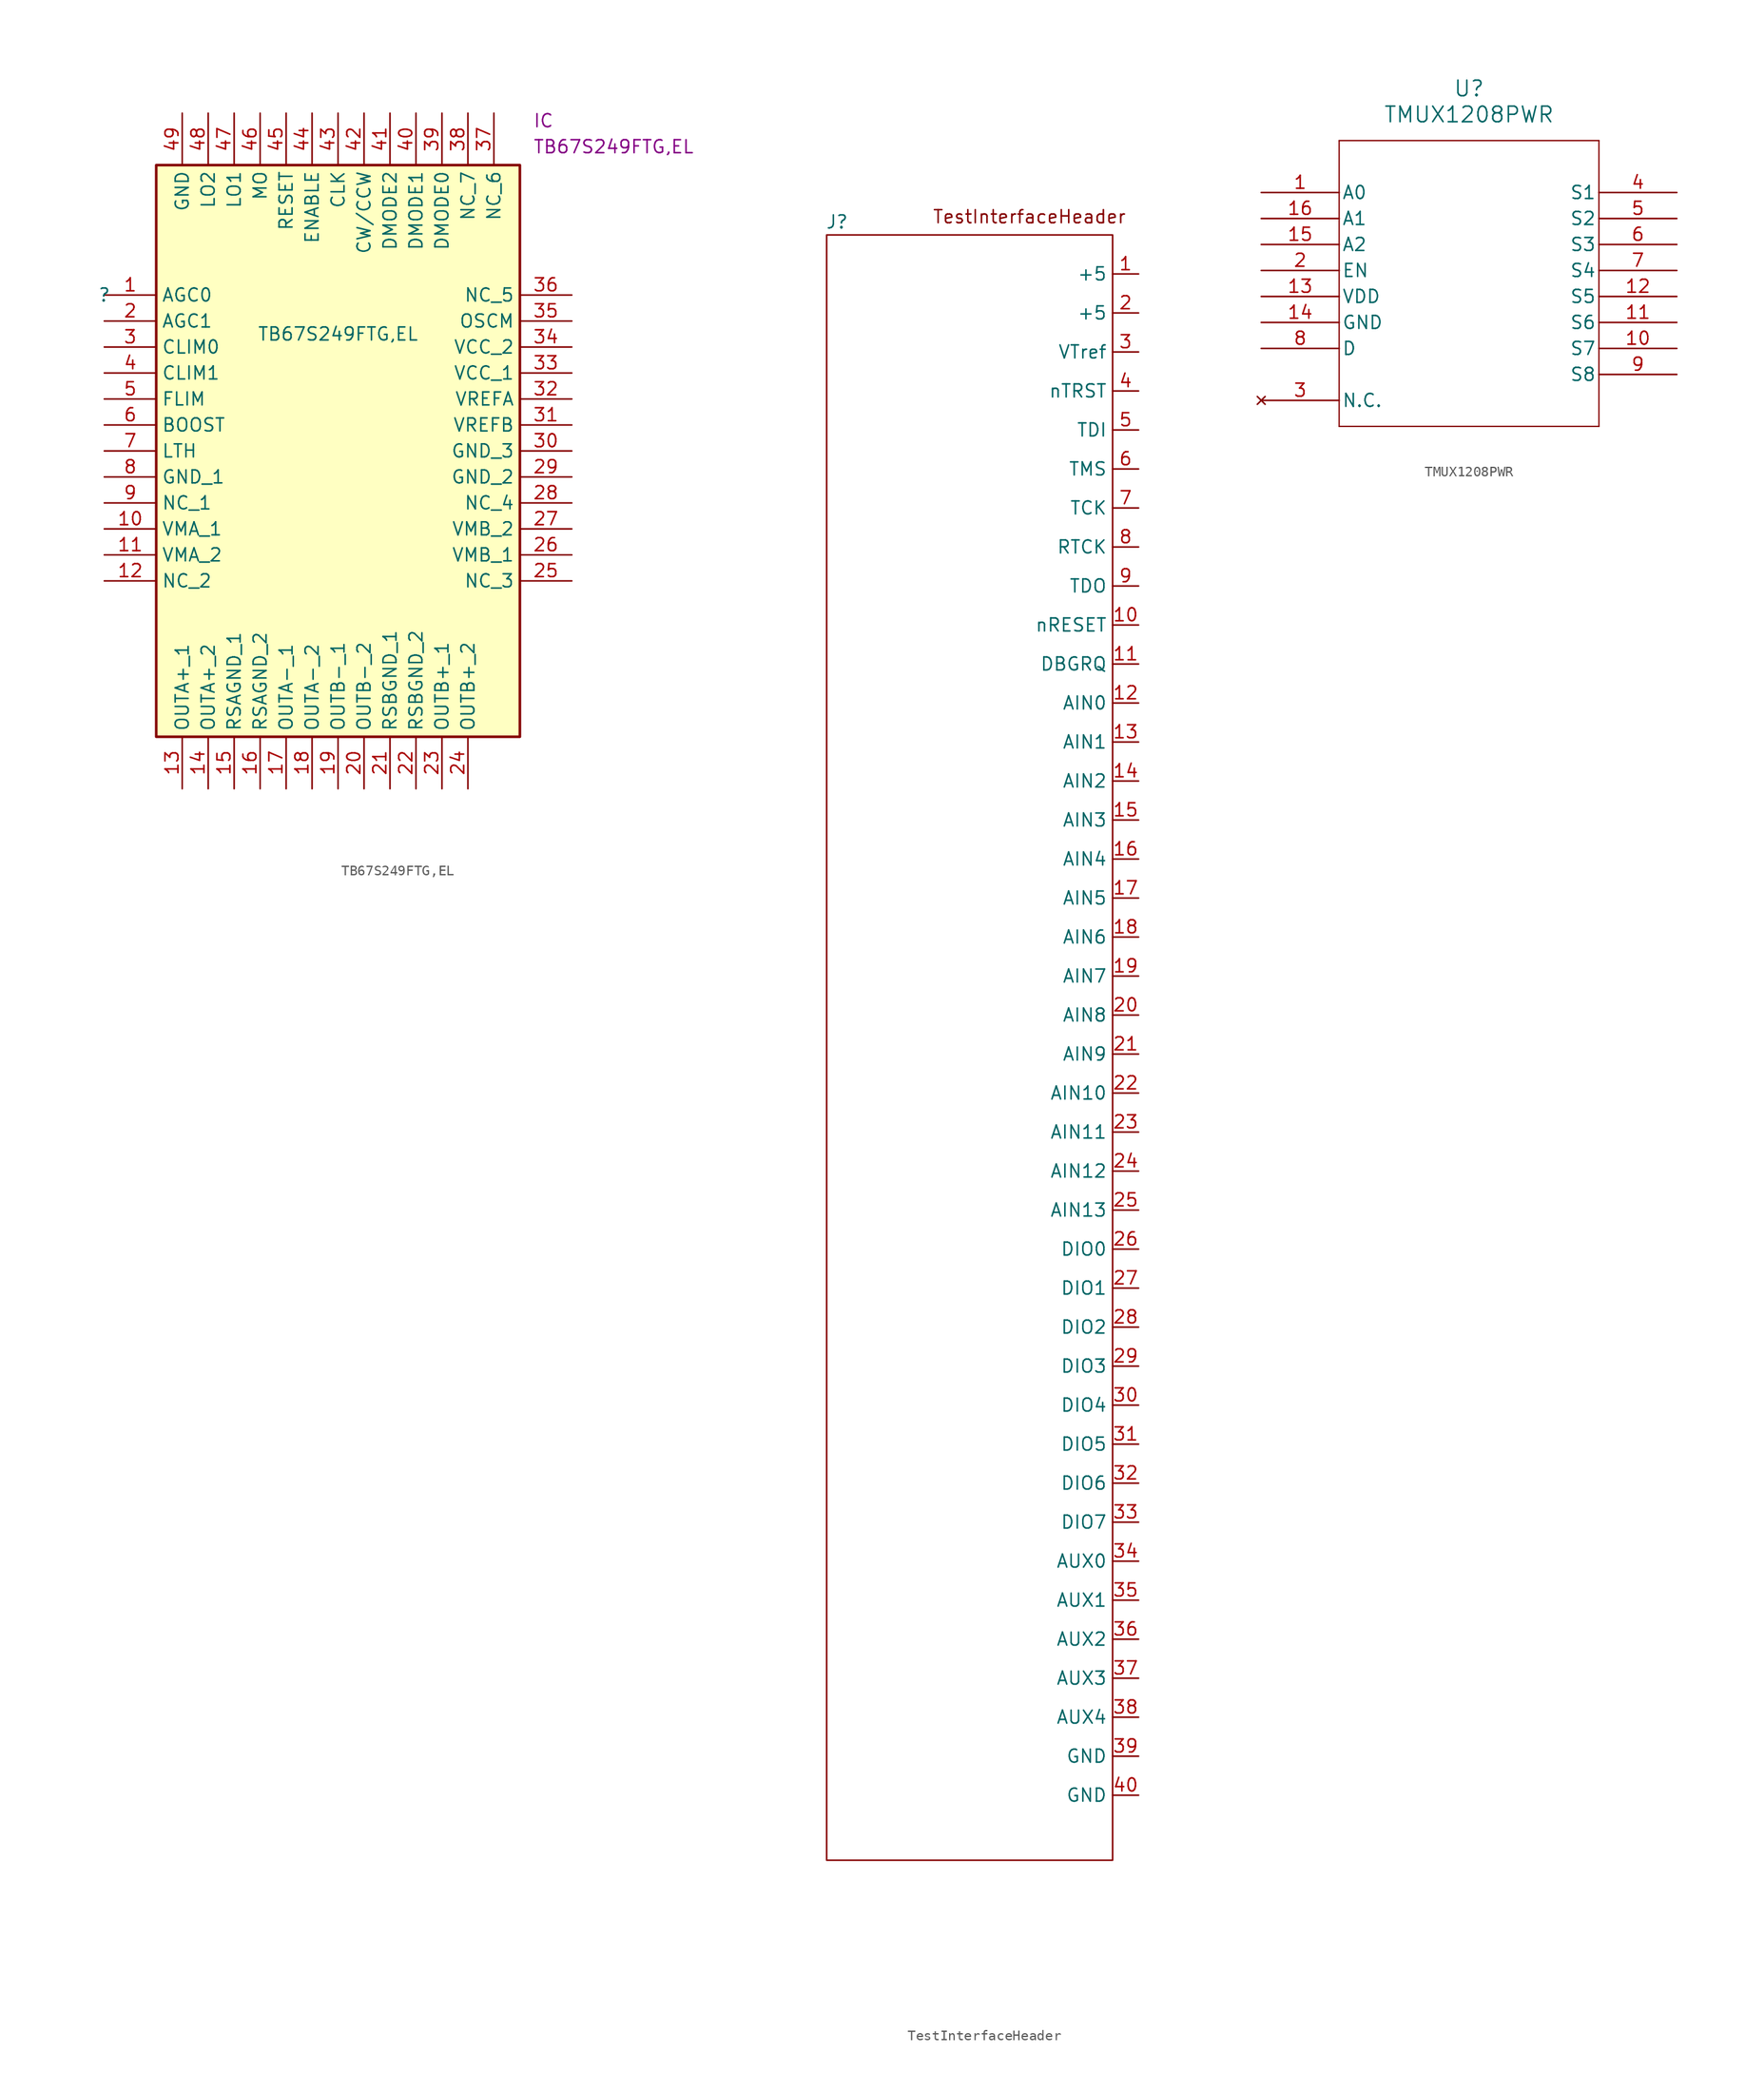
<source format=kicad_sym>
(kicad_symbol_lib
  (version 20241209)
  (generator "kicad_symbol_editor")
  (generator_version "9.0")
  (symbol "TB67S249FTG,EL"
    (property "Reference" ""
      (at 0 0 0)
      (effects (font (size 1.27 1.27))))
    (property "Value" "TB67S249FTG,EL"
      (at 22.86 -3.81 0)
      (effects (font (size 1.27 1.27))))
    (property "Reference_1" "IC"
      (at 41.91 17.78 0)
      (effects (font (size 1.27 1.27)) (justify left top)))
    (property "Value_1" "TB67S249FTG,EL"
      (at 41.91 15.24 0)
      (effects (font (size 1.27 1.27)) (justify left top)))
    (symbol "TB67S249FTG,EL_1_1"
      (rectangle (start 5.08 12.7) (end 40.64 -43.18) (stroke (width 0.254) (type default)) (fill (type background)))
      (pin passive line (at 0 0 0) (length 5.08) (name "AGC0" (effects (font (size 1.27 1.27)))) (number "1" (effects (font (size 1.27 1.27)))))
      (pin passive line (at 0 -2.54 0) (length 5.08) (name "AGC1" (effects (font (size 1.27 1.27)))) (number "2" (effects (font (size 1.27 1.27)))))
      (pin passive line (at 0 -5.08 0) (length 5.08) (name "CLIM0" (effects (font (size 1.27 1.27)))) (number "3" (effects (font (size 1.27 1.27)))))
      (pin passive line (at 0 -7.62 0) (length 5.08) (name "CLIM1" (effects (font (size 1.27 1.27)))) (number "4" (effects (font (size 1.27 1.27)))))
      (pin passive line (at 0 -10.16 0) (length 5.08) (name "FLIM" (effects (font (size 1.27 1.27)))) (number "5" (effects (font (size 1.27 1.27)))))
      (pin passive line (at 0 -12.7 0) (length 5.08) (name "BOOST" (effects (font (size 1.27 1.27)))) (number "6" (effects (font (size 1.27 1.27)))))
      (pin passive line (at 0 -15.24 0) (length 5.08) (name "LTH" (effects (font (size 1.27 1.27)))) (number "7" (effects (font (size 1.27 1.27)))))
      (pin passive line (at 0 -17.78 0) (length 5.08) (name "GND_1" (effects (font (size 1.27 1.27)))) (number "8" (effects (font (size 1.27 1.27)))))
      (pin passive line (at 0 -20.32 0) (length 5.08) (name "NC_1" (effects (font (size 1.27 1.27)))) (number "9" (effects (font (size 1.27 1.27)))))
      (pin passive line (at 0 -22.86 0) (length 5.08) (name "VMA_1" (effects (font (size 1.27 1.27)))) (number "10" (effects (font (size 1.27 1.27)))))
      (pin passive line (at 0 -25.4 0) (length 5.08) (name "VMA_2" (effects (font (size 1.27 1.27)))) (number "11" (effects (font (size 1.27 1.27)))))
      (pin passive line (at 0 -27.94 0) (length 5.08) (name "NC_2" (effects (font (size 1.27 1.27)))) (number "12" (effects (font (size 1.27 1.27)))))
      (pin power_in line (at 7.62 17.78 270) (length 5.08) (name "GND" (effects (font (size 1.27 1.27)))) (number "49" (effects (font (size 1.27 1.27)))))
      (pin passive line (at 7.62 -48.26 90) (length 5.08) (name "OUTA+_1" (effects (font (size 1.27 1.27)))) (number "13" (effects (font (size 1.27 1.27)))))
      (pin passive line (at 10.16 17.78 270) (length 5.08) (name "LO2" (effects (font (size 1.27 1.27)))) (number "48" (effects (font (size 1.27 1.27)))))
      (pin passive line (at 10.16 -48.26 90) (length 5.08) (name "OUTA+_2" (effects (font (size 1.27 1.27)))) (number "14" (effects (font (size 1.27 1.27)))))
      (pin passive line (at 12.7 17.78 270) (length 5.08) (name "LO1" (effects (font (size 1.27 1.27)))) (number "47" (effects (font (size 1.27 1.27)))))
      (pin passive line (at 12.7 -48.26 90) (length 5.08) (name "RSAGND_1" (effects (font (size 1.27 1.27)))) (number "15" (effects (font (size 1.27 1.27)))))
      (pin passive line (at 15.24 17.78 270) (length 5.08) (name "MO" (effects (font (size 1.27 1.27)))) (number "46" (effects (font (size 1.27 1.27)))))
      (pin passive line (at 15.24 -48.26 90) (length 5.08) (name "RSAGND_2" (effects (font (size 1.27 1.27)))) (number "16" (effects (font (size 1.27 1.27)))))
      (pin passive line (at 17.78 17.78 270) (length 5.08) (name "RESET" (effects (font (size 1.27 1.27)))) (number "45" (effects (font (size 1.27 1.27)))))
      (pin passive line (at 17.78 -48.26 90) (length 5.08) (name "OUTA-_1" (effects (font (size 1.27 1.27)))) (number "17" (effects (font (size 1.27 1.27)))))
      (pin passive line (at 20.32 17.78 270) (length 5.08) (name "ENABLE" (effects (font (size 1.27 1.27)))) (number "44" (effects (font (size 1.27 1.27)))))
      (pin passive line (at 20.32 -48.26 90) (length 5.08) (name "OUTA-_2" (effects (font (size 1.27 1.27)))) (number "18" (effects (font (size 1.27 1.27)))))
      (pin passive line (at 22.86 17.78 270) (length 5.08) (name "CLK" (effects (font (size 1.27 1.27)))) (number "43" (effects (font (size 1.27 1.27)))))
      (pin passive line (at 22.86 -48.26 90) (length 5.08) (name "OUTB-_1" (effects (font (size 1.27 1.27)))) (number "19" (effects (font (size 1.27 1.27)))))
      (pin passive line (at 25.4 17.78 270) (length 5.08) (name "CW/CCW" (effects (font (size 1.27 1.27)))) (number "42" (effects (font (size 1.27 1.27)))))
      (pin passive line (at 25.4 -48.26 90) (length 5.08) (name "OUTB-_2" (effects (font (size 1.27 1.27)))) (number "20" (effects (font (size 1.27 1.27)))))
      (pin passive line (at 27.94 17.78 270) (length 5.08) (name "DMODE2" (effects (font (size 1.27 1.27)))) (number "41" (effects (font (size 1.27 1.27)))))
      (pin passive line (at 27.94 -48.26 90) (length 5.08) (name "RSBGND_1" (effects (font (size 1.27 1.27)))) (number "21" (effects (font (size 1.27 1.27)))))
      (pin passive line (at 30.48 17.78 270) (length 5.08) (name "DMODE1" (effects (font (size 1.27 1.27)))) (number "40" (effects (font (size 1.27 1.27)))))
      (pin passive line (at 30.48 -48.26 90) (length 5.08) (name "RSBGND_2" (effects (font (size 1.27 1.27)))) (number "22" (effects (font (size 1.27 1.27)))))
      (pin passive line (at 33.02 17.78 270) (length 5.08) (name "DMODE0" (effects (font (size 1.27 1.27)))) (number "39" (effects (font (size 1.27 1.27)))))
      (pin passive line (at 33.02 -48.26 90) (length 5.08) (name "OUTB+_1" (effects (font (size 1.27 1.27)))) (number "23" (effects (font (size 1.27 1.27)))))
      (pin passive line (at 35.56 17.78 270) (length 5.08) (name "NC_7" (effects (font (size 1.27 1.27)))) (number "38" (effects (font (size 1.27 1.27)))))
      (pin passive line (at 35.56 -48.26 90) (length 5.08) (name "OUTB+_2" (effects (font (size 1.27 1.27)))) (number "24" (effects (font (size 1.27 1.27)))))
      (pin passive line (at 38.1 17.78 270) (length 5.08) (name "NC_6" (effects (font (size 1.27 1.27)))) (number "37" (effects (font (size 1.27 1.27)))))
      (pin passive line (at 45.72 0 180) (length 5.08) (name "NC_5" (effects (font (size 1.27 1.27)))) (number "36" (effects (font (size 1.27 1.27)))))
      (pin passive line (at 45.72 -2.54 180) (length 5.08) (name "OSCM" (effects (font (size 1.27 1.27)))) (number "35" (effects (font (size 1.27 1.27)))))
      (pin passive line (at 45.72 -5.08 180) (length 5.08) (name "VCC_2" (effects (font (size 1.27 1.27)))) (number "34" (effects (font (size 1.27 1.27)))))
      (pin passive line (at 45.72 -7.62 180) (length 5.08) (name "VCC_1" (effects (font (size 1.27 1.27)))) (number "33" (effects (font (size 1.27 1.27)))))
      (pin passive line (at 45.72 -10.16 180) (length 5.08) (name "VREFA" (effects (font (size 1.27 1.27)))) (number "32" (effects (font (size 1.27 1.27)))))
      (pin passive line (at 45.72 -12.7 180) (length 5.08) (name "VREFB" (effects (font (size 1.27 1.27)))) (number "31" (effects (font (size 1.27 1.27)))))
      (pin passive line (at 45.72 -15.24 180) (length 5.08) (name "GND_3" (effects (font (size 1.27 1.27)))) (number "30" (effects (font (size 1.27 1.27)))))
      (pin passive line (at 45.72 -17.78 180) (length 5.08) (name "GND_2" (effects (font (size 1.27 1.27)))) (number "29" (effects (font (size 1.27 1.27)))))
      (pin passive line (at 45.72 -20.32 180) (length 5.08) (name "NC_4" (effects (font (size 1.27 1.27)))) (number "28" (effects (font (size 1.27 1.27)))))
      (pin passive line (at 45.72 -22.86 180) (length 5.08) (name "VMB_2" (effects (font (size 1.27 1.27)))) (number "27" (effects (font (size 1.27 1.27)))))
      (pin passive line (at 45.72 -25.4 180) (length 5.08) (name "VMB_1" (effects (font (size 1.27 1.27)))) (number "26" (effects (font (size 1.27 1.27)))))
      (pin passive line (at 45.72 -27.94 180) (length 5.08) (name "NC_3" (effects (font (size 1.27 1.27)))) (number "25" (effects (font (size 1.27 1.27)))))))
  (symbol "TestInterfaceHeader"
    (property "Reference" "J"
      (at -14.224 78.74 0)
      (effects (font (size 1.27 1.27))))
    (property "Value" ""
      (at 0 13.97 0)
      (effects (font (size 1.27 1.27))))
    (symbol "TestInterfaceHeader_0_1"
      (rectangle (start -15.24 77.47) (end 12.7 -81.28) (stroke (width 0) (type default)) (fill (type none))))
    (symbol "TestInterfaceHeader_1_1"
      (text "TestInterfaceHeader" (at 4.572 79.248 0) (effects (font (size 1.27 1.27))))
      (pin output line (at 15.24 73.66 180) (length 2.54) (name "+5" (effects (font (size 1.27 1.27)))) (number "1" (effects (font (size 1.27 1.27)))))
      (pin output line (at 15.24 69.85 180) (length 2.54) (name "+5" (effects (font (size 1.27 1.27)))) (number "2" (effects (font (size 1.27 1.27)))))
      (pin bidirectional line (at 15.24 66.04 180) (length 2.54) (name "VTref" (effects (font (size 1.27 1.27)))) (number "3" (effects (font (size 1.27 1.27)))))
      (pin bidirectional line (at 15.24 62.23 180) (length 2.54) (name "nTRST" (effects (font (size 1.27 1.27)))) (number "4" (effects (font (size 1.27 1.27)))))
      (pin bidirectional line (at 15.24 58.42 180) (length 2.54) (name "TDI" (effects (font (size 1.27 1.27)))) (number "5" (effects (font (size 1.27 1.27)))))
      (pin bidirectional line (at 15.24 54.61 180) (length 2.54) (name "TMS" (effects (font (size 1.27 1.27)))) (number "6" (effects (font (size 1.27 1.27)))))
      (pin bidirectional line (at 15.24 50.8 180) (length 2.54) (name "TCK" (effects (font (size 1.27 1.27)))) (number "7" (effects (font (size 1.27 1.27)))))
      (pin bidirectional line (at 15.24 46.99 180) (length 2.54) (name "RTCK" (effects (font (size 1.27 1.27)))) (number "8" (effects (font (size 1.27 1.27)))))
      (pin bidirectional line (at 15.24 43.18 180) (length 2.54) (name "TDO" (effects (font (size 1.27 1.27)))) (number "9" (effects (font (size 1.27 1.27)))))
      (pin bidirectional line (at 15.24 39.37 180) (length 2.54) (name "nRESET" (effects (font (size 1.27 1.27)))) (number "10" (effects (font (size 1.27 1.27)))))
      (pin bidirectional line (at 15.24 35.56 180) (length 2.54) (name "DBGRQ" (effects (font (size 1.27 1.27)))) (number "11" (effects (font (size 1.27 1.27)))))
      (pin input line (at 15.24 31.75 180) (length 2.54) (name "AIN0" (effects (font (size 1.27 1.27)))) (number "12" (effects (font (size 1.27 1.27)))))
      (pin input line (at 15.24 27.94 180) (length 2.54) (name "AIN1" (effects (font (size 1.27 1.27)))) (number "13" (effects (font (size 1.27 1.27)))))
      (pin input line (at 15.24 24.13 180) (length 2.54) (name "AIN2" (effects (font (size 1.27 1.27)))) (number "14" (effects (font (size 1.27 1.27)))))
      (pin input line (at 15.24 20.32 180) (length 2.54) (name "AIN3" (effects (font (size 1.27 1.27)))) (number "15" (effects (font (size 1.27 1.27)))))
      (pin input line (at 15.24 16.51 180) (length 2.54) (name "AIN4" (effects (font (size 1.27 1.27)))) (number "16" (effects (font (size 1.27 1.27)))))
      (pin input line (at 15.24 12.7 180) (length 2.54) (name "AIN5" (effects (font (size 1.27 1.27)))) (number "17" (effects (font (size 1.27 1.27)))))
      (pin input line (at 15.24 8.89 180) (length 2.54) (name "AIN6" (effects (font (size 1.27 1.27)))) (number "18" (effects (font (size 1.27 1.27)))))
      (pin input line (at 15.24 5.08 180) (length 2.54) (name "AIN7" (effects (font (size 1.27 1.27)))) (number "19" (effects (font (size 1.27 1.27)))))
      (pin input line (at 15.24 1.27 180) (length 2.54) (name "AIN8" (effects (font (size 1.27 1.27)))) (number "20" (effects (font (size 1.27 1.27)))))
      (pin input line (at 15.24 -2.54 180) (length 2.54) (name "AIN9" (effects (font (size 1.27 1.27)))) (number "21" (effects (font (size 1.27 1.27)))))
      (pin input line (at 15.24 -6.35 180) (length 2.54) (name "AIN10" (effects (font (size 1.27 1.27)))) (number "22" (effects (font (size 1.27 1.27)))))
      (pin input line (at 15.24 -10.16 180) (length 2.54) (name "AIN11" (effects (font (size 1.27 1.27)))) (number "23" (effects (font (size 1.27 1.27)))))
      (pin output line (at 15.24 -13.97 180) (length 2.54) (name "AIN12" (effects (font (size 1.27 1.27)))) (number "24" (effects (font (size 1.27 1.27)))))
      (pin input line (at 15.24 -17.78 180) (length 2.54) (name "AIN13" (effects (font (size 1.27 1.27)))) (number "25" (effects (font (size 1.27 1.27)))))
      (pin bidirectional line (at 15.24 -21.59 180) (length 2.54) (name "DIO0" (effects (font (size 1.27 1.27)))) (number "26" (effects (font (size 1.27 1.27)))))
      (pin bidirectional line (at 15.24 -25.4 180) (length 2.54) (name "DIO1" (effects (font (size 1.27 1.27)))) (number "27" (effects (font (size 1.27 1.27)))))
      (pin bidirectional line (at 15.24 -29.21 180) (length 2.54) (name "DIO2" (effects (font (size 1.27 1.27)))) (number "28" (effects (font (size 1.27 1.27)))))
      (pin bidirectional line (at 15.24 -33.02 180) (length 2.54) (name "DIO3" (effects (font (size 1.27 1.27)))) (number "29" (effects (font (size 1.27 1.27)))))
      (pin bidirectional line (at 15.24 -36.83 180) (length 2.54) (name "DIO4" (effects (font (size 1.27 1.27)))) (number "30" (effects (font (size 1.27 1.27)))))
      (pin bidirectional line (at 15.24 -40.64 180) (length 2.54) (name "DIO5" (effects (font (size 1.27 1.27)))) (number "31" (effects (font (size 1.27 1.27)))))
      (pin bidirectional line (at 15.24 -44.45 180) (length 2.54) (name "DIO6" (effects (font (size 1.27 1.27)))) (number "32" (effects (font (size 1.27 1.27)))))
      (pin bidirectional line (at 15.24 -48.26 180) (length 2.54) (name "DIO7" (effects (font (size 1.27 1.27)))) (number "33" (effects (font (size 1.27 1.27)))))
      (pin bidirectional line (at 15.24 -52.07 180) (length 2.54) (name "AUX0" (effects (font (size 1.27 1.27)))) (number "34" (effects (font (size 1.27 1.27)))))
      (pin bidirectional line (at 15.24 -55.88 180) (length 2.54) (name "AUX1" (effects (font (size 1.27 1.27)))) (number "35" (effects (font (size 1.27 1.27)))))
      (pin bidirectional line (at 15.24 -59.69 180) (length 2.54) (name "AUX2" (effects (font (size 1.27 1.27)))) (number "36" (effects (font (size 1.27 1.27)))))
      (pin bidirectional line (at 15.24 -63.5 180) (length 2.54) (name "AUX3" (effects (font (size 1.27 1.27)))) (number "37" (effects (font (size 1.27 1.27)))))
      (pin bidirectional line (at 15.24 -67.31 180) (length 2.54) (name "AUX4" (effects (font (size 1.27 1.27)))) (number "38" (effects (font (size 1.27 1.27)))))
      (pin bidirectional line (at 15.24 -71.12 180) (length 2.54) (name "GND" (effects (font (size 1.27 1.27)))) (number "39" (effects (font (size 1.27 1.27)))))
      (pin bidirectional line (at 15.24 -74.93 180) (length 2.54) (name "GND" (effects (font (size 1.27 1.27)))) (number "40" (effects (font (size 1.27 1.27)))))))
  (symbol "TMUX1208PWR"
    (pin_names
      (offset 0.254))
    (property "Reference" "U"
      (at 20.32 10.16 0)
      (effects (font (size 1.524 1.524))))
    (property "Value" "TMUX1208PWR"
      (at 20.32 7.62 0)
      (effects (font (size 1.524 1.524))))
    (property "ki_locked" ""
      (at 0 0 0)
      (effects (font (size 1.27 1.27))))
    (symbol "TMUX1208PWR_0_1"
      (polyline (pts (xy 7.62 5.08) (xy 7.62 -22.86)) (stroke (width 0.127) (type default)) (fill (type none)))
      (polyline (pts (xy 7.62 -22.86) (xy 33.02 -22.86)) (stroke (width 0.127) (type default)) (fill (type none)))
      (polyline (pts (xy 33.02 5.08) (xy 7.62 5.08)) (stroke (width 0.127) (type default)) (fill (type none)))
      (polyline (pts (xy 33.02 -22.86) (xy 33.02 5.08)) (stroke (width 0.127) (type default)) (fill (type none)))
      (pin bidirectional line (at 0 0 0) (length 7.62) (name "A0" (effects (font (size 1.27 1.27)))) (number "1" (effects (font (size 1.27 1.27)))))
      (pin bidirectional line (at 0 -2.54 0) (length 7.62) (name "A1" (effects (font (size 1.27 1.27)))) (number "16" (effects (font (size 1.27 1.27)))))
      (pin bidirectional line (at 0 -5.08 0) (length 7.62) (name "A2" (effects (font (size 1.27 1.27)))) (number "15" (effects (font (size 1.27 1.27)))))
      (pin unspecified line (at 0 -7.62 0) (length 7.62) (name "EN" (effects (font (size 1.27 1.27)))) (number "2" (effects (font (size 1.27 1.27)))))
      (pin power_in line (at 0 -10.16 0) (length 7.62) (name "VDD" (effects (font (size 1.27 1.27)))) (number "13" (effects (font (size 1.27 1.27)))))
      (pin power_out line (at 0 -12.7 0) (length 7.62) (name "GND" (effects (font (size 1.27 1.27)))) (number "14" (effects (font (size 1.27 1.27)))))
      (pin unspecified line (at 0 -15.24 0) (length 7.62) (name "D" (effects (font (size 1.27 1.27)))) (number "8" (effects (font (size 1.27 1.27)))))
      (pin no_connect line (at 0 -20.32 0) (length 7.62) (name "N.C." (effects (font (size 1.27 1.27)))) (number "3" (effects (font (size 1.27 1.27)))))
      (pin bidirectional line (at 40.64 0 180) (length 7.62) (name "S1" (effects (font (size 1.27 1.27)))) (number "4" (effects (font (size 1.27 1.27)))))
      (pin bidirectional line (at 40.64 -2.54 180) (length 7.62) (name "S2" (effects (font (size 1.27 1.27)))) (number "5" (effects (font (size 1.27 1.27)))))
      (pin bidirectional line (at 40.64 -5.08 180) (length 7.62) (name "S3" (effects (font (size 1.27 1.27)))) (number "6" (effects (font (size 1.27 1.27)))))
      (pin bidirectional line (at 40.64 -7.62 180) (length 7.62) (name "S4" (effects (font (size 1.27 1.27)))) (number "7" (effects (font (size 1.27 1.27)))))
      (pin bidirectional line (at 40.64 -10.16 180) (length 7.62) (name "S5" (effects (font (size 1.27 1.27)))) (number "12" (effects (font (size 1.27 1.27)))))
      (pin bidirectional line (at 40.64 -12.7 180) (length 7.62) (name "S6" (effects (font (size 1.27 1.27)))) (number "11" (effects (font (size 1.27 1.27)))))
      (pin bidirectional line (at 40.64 -15.24 180) (length 7.62) (name "S7" (effects (font (size 1.27 1.27)))) (number "10" (effects (font (size 1.27 1.27)))))
      (pin bidirectional line (at 40.64 -17.78 180) (length 7.62) (name "S8" (effects (font (size 1.27 1.27)))) (number "9" (effects (font (size 1.27 1.27))))))))
</source>
